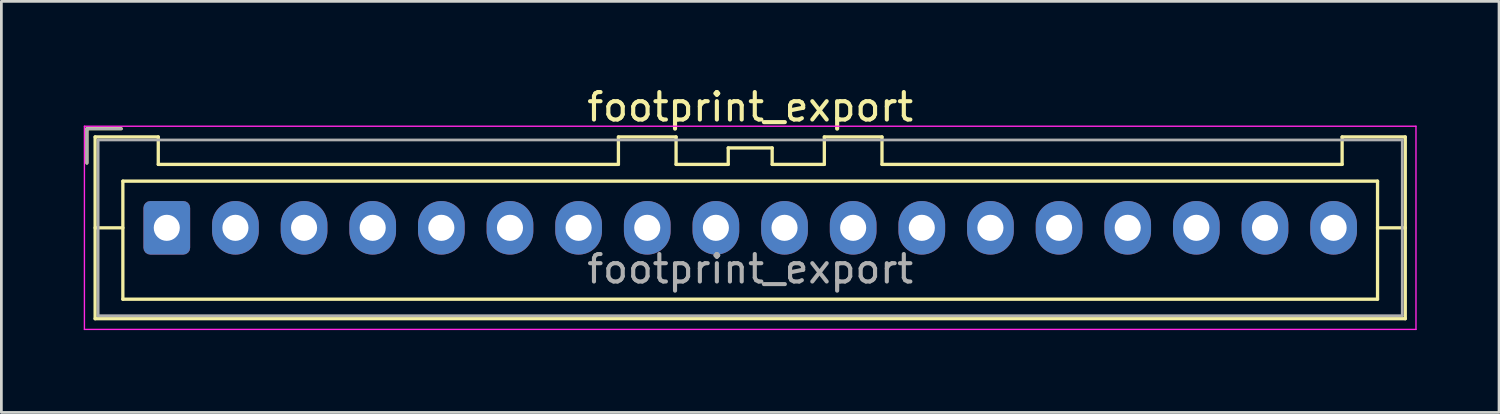
<source format=kicad_pcb>
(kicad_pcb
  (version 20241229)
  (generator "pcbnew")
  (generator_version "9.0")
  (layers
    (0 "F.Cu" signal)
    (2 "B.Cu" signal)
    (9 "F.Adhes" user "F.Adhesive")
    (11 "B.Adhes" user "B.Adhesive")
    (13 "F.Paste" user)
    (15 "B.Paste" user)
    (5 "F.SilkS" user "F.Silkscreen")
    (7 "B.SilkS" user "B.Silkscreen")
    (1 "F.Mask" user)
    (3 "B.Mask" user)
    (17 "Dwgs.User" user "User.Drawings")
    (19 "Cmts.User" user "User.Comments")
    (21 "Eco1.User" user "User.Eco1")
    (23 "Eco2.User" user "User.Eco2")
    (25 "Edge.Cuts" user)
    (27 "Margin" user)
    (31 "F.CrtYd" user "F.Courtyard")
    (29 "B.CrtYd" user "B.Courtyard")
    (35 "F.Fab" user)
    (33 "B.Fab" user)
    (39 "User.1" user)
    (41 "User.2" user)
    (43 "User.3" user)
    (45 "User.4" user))
  (footprint "footprint_export"
    (layer "F.Cu")
    (at 3.025 5.248)
    (property "Reference" "footprint_export" (at 21.25 -4.4 0) (layer "F.SilkS") (effects (font (size 1 1) (thickness 0.15))))
    (attr through_hole)
    (fp_line (start -2.91 -3.61) (end -2.91 -2.36) (stroke (width 0.12) (type solid)) (layer "F.SilkS"))
    (fp_line (start -2.61 -3.31) (end -2.61 3.31) (stroke (width 0.12) (type solid)) (layer "F.SilkS"))
    (fp_line (start -2.61 0) (end -1.6 0) (stroke (width 0.12) (type solid)) (layer "F.SilkS"))
    (fp_line (start -2.61 3.31) (end 45.11 3.31) (stroke (width 0.12) (type solid)) (layer "F.SilkS"))
    (fp_line (start -1.66 -3.61) (end -2.91 -3.61) (stroke (width 0.12) (type solid)) (layer "F.SilkS"))
    (fp_line (start -1.6 -1.7) (end -1.6 2.6) (stroke (width 0.12) (type solid)) (layer "F.SilkS"))
    (fp_line (start -1.6 2.6) (end 44.1 2.6) (stroke (width 0.12) (type solid)) (layer "F.SilkS"))
    (fp_line (start -0.31 -3.31) (end -2.61 -3.31) (stroke (width 0.12) (type solid)) (layer "F.SilkS"))
    (fp_line (start -0.31 -2.31) (end -0.31 -3.31) (stroke (width 0.12) (type solid)) (layer "F.SilkS"))
    (fp_line (start 16.45 -3.31) (end 16.45 -2.31) (stroke (width 0.12) (type solid)) (layer "F.SilkS"))
    (fp_line (start 16.45 -2.31) (end -0.31 -2.31) (stroke (width 0.12) (type solid)) (layer "F.SilkS"))
    (fp_line (start 18.55 -3.31) (end 16.45 -3.31) (stroke (width 0.12) (type solid)) (layer "F.SilkS"))
    (fp_line (start 18.55 -2.31) (end 18.55 -3.31) (stroke (width 0.12) (type solid)) (layer "F.SilkS"))
    (fp_line (start 20.45 -2.91) (end 20.45 -2.31) (stroke (width 0.12) (type solid)) (layer "F.SilkS"))
    (fp_line (start 20.45 -2.31) (end 18.55 -2.31) (stroke (width 0.12) (type solid)) (layer "F.SilkS"))
    (fp_line (start 22.05 -2.91) (end 20.45 -2.91) (stroke (width 0.12) (type solid)) (layer "F.SilkS"))
    (fp_line (start 22.05 -2.31) (end 22.05 -2.91) (stroke (width 0.12) (type solid)) (layer "F.SilkS"))
    (fp_line (start 23.95 -3.31) (end 23.95 -2.31) (stroke (width 0.12) (type solid)) (layer "F.SilkS"))
    (fp_line (start 23.95 -2.31) (end 22.05 -2.31) (stroke (width 0.12) (type solid)) (layer "F.SilkS"))
    (fp_line (start 26.05 -3.31) (end 23.95 -3.31) (stroke (width 0.12) (type solid)) (layer "F.SilkS"))
    (fp_line (start 26.05 -2.31) (end 26.05 -3.31) (stroke (width 0.12) (type solid)) (layer "F.SilkS"))
    (fp_line (start 42.81 -3.31) (end 42.81 -2.31) (stroke (width 0.12) (type solid)) (layer "F.SilkS"))
    (fp_line (start 42.81 -2.31) (end 26.05 -2.31) (stroke (width 0.12) (type solid)) (layer "F.SilkS"))
    (fp_line (start 44.1 -1.7) (end -1.6 -1.7) (stroke (width 0.12) (type solid)) (layer "F.SilkS"))
    (fp_line (start 44.1 2.6) (end 44.1 -1.7) (stroke (width 0.12) (type solid)) (layer "F.SilkS"))
    (fp_line (start 45.11 -3.31) (end 42.81 -3.31) (stroke (width 0.12) (type solid)) (layer "F.SilkS"))
    (fp_line (start 45.11 0) (end 44.1 0) (stroke (width 0.12) (type solid)) (layer "F.SilkS"))
    (fp_line (start 45.11 3.31) (end 45.11 -3.31) (stroke (width 0.12) (type solid)) (layer "F.SilkS"))
    (fp_line (start -3 -3.7) (end -3 3.7) (stroke (width 0.05) (type solid)) (layer "F.CrtYd"))
    (fp_line (start -3 3.7) (end 45.5 3.7) (stroke (width 0.05) (type solid)) (layer "F.CrtYd"))
    (fp_line (start 45.5 -3.7) (end -3 -3.7) (stroke (width 0.05) (type solid)) (layer "F.CrtYd"))
    (fp_line (start 45.5 3.7) (end 45.5 -3.7) (stroke (width 0.05) (type solid)) (layer "F.CrtYd"))
    (fp_line (start -2.91 -3.61) (end -2.91 -2.36) (stroke (width 0.1) (type solid)) (layer "F.Fab"))
    (fp_line (start -2.5 -3.2) (end -2.5 3.2) (stroke (width 0.1) (type solid)) (layer "F.Fab"))
    (fp_line (start -2.5 3.2) (end 45 3.2) (stroke (width 0.1) (type solid)) (layer "F.Fab"))
    (fp_line (start -1.66 -3.61) (end -2.91 -3.61) (stroke (width 0.1) (type solid)) (layer "F.Fab"))
    (fp_line (start 45 -3.2) (end -2.5 -3.2) (stroke (width 0.1) (type solid)) (layer "F.Fab"))
    (fp_line (start 45 3.2) (end 45 -3.2) (stroke (width 0.1) (type solid)) (layer "F.Fab"))
    (fp_text user "${REFERENCE}" (at 21.25 1.5 0) (layer "F.Fab") (effects (font (size 1 1) (thickness 0.15))))
    (pad "1" thru_hole roundrect (at 0 0) (size 1.7 1.95) (drill 0.95) (layers "*.Cu" "*.Mask") (roundrect_rratio 0.147))
    (pad "2" thru_hole oval (at 2.5 0) (size 1.7 1.95) (drill 0.95) (layers "*.Cu" "*.Mask"))
    (pad "3" thru_hole oval (at 5 0) (size 1.7 1.95) (drill 0.95) (layers "*.Cu" "*.Mask"))
    (pad "4" thru_hole oval (at 7.5 0) (size 1.7 1.95) (drill 0.95) (layers "*.Cu" "*.Mask"))
    (pad "5" thru_hole oval (at 10 0) (size 1.7 1.95) (drill 0.95) (layers "*.Cu" "*.Mask"))
    (pad "6" thru_hole oval (at 12.5 0) (size 1.7 1.95) (drill 0.95) (layers "*.Cu" "*.Mask"))
    (pad "7" thru_hole oval (at 15 0) (size 1.7 1.95) (drill 0.95) (layers "*.Cu" "*.Mask"))
    (pad "8" thru_hole oval (at 17.5 0) (size 1.7 1.95) (drill 0.95) (layers "*.Cu" "*.Mask"))
    (pad "9" thru_hole oval (at 20 0) (size 1.7 1.95) (drill 0.95) (layers "*.Cu" "*.Mask"))
    (pad "10" thru_hole oval (at 22.5 0) (size 1.7 1.95) (drill 0.95) (layers "*.Cu" "*.Mask"))
    (pad "11" thru_hole oval (at 25 0) (size 1.7 1.95) (drill 0.95) (layers "*.Cu" "*.Mask"))
    (pad "12" thru_hole oval (at 27.5 0) (size 1.7 1.95) (drill 0.95) (layers "*.Cu" "*.Mask"))
    (pad "13" thru_hole oval (at 30 0) (size 1.7 1.95) (drill 0.95) (layers "*.Cu" "*.Mask"))
    (pad "14" thru_hole oval (at 32.5 0) (size 1.7 1.95) (drill 0.95) (layers "*.Cu" "*.Mask"))
    (pad "15" thru_hole oval (at 35 0) (size 1.7 1.95) (drill 0.95) (layers "*.Cu" "*.Mask"))
    (pad "16" thru_hole oval (at 37.5 0) (size 1.7 1.95) (drill 0.95) (layers "*.Cu" "*.Mask"))
    (pad "17" thru_hole oval (at 40 0) (size 1.7 1.95) (drill 0.95) (layers "*.Cu" "*.Mask"))
    (pad "18" thru_hole oval (at 42.5 0) (size 1.7 1.95) (drill 0.95) (layers "*.Cu" "*.Mask")))
  (gr_rect
    (start -3 -3)
    (end 51.55 11.973)
    (stroke (width 0.1) (type default))
    (fill no)
    (layer "Edge.Cuts")))
</source>
